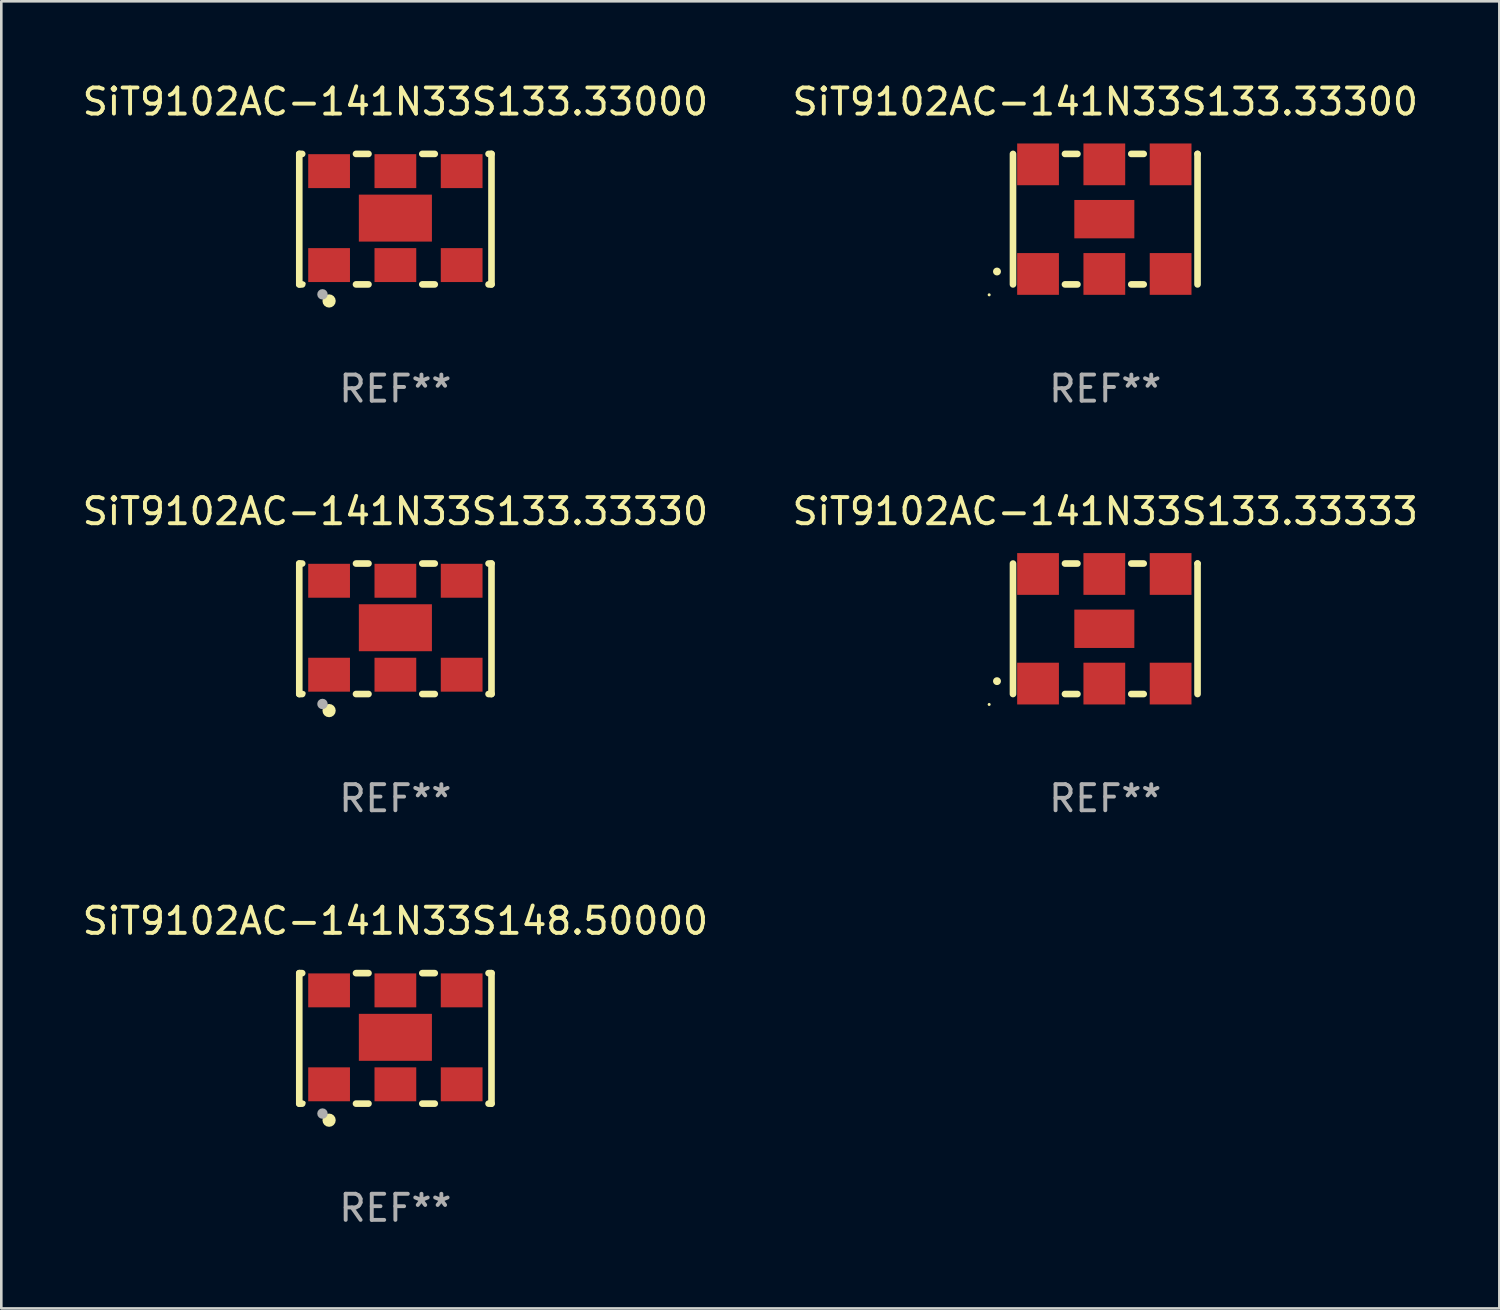
<source format=kicad_pcb>
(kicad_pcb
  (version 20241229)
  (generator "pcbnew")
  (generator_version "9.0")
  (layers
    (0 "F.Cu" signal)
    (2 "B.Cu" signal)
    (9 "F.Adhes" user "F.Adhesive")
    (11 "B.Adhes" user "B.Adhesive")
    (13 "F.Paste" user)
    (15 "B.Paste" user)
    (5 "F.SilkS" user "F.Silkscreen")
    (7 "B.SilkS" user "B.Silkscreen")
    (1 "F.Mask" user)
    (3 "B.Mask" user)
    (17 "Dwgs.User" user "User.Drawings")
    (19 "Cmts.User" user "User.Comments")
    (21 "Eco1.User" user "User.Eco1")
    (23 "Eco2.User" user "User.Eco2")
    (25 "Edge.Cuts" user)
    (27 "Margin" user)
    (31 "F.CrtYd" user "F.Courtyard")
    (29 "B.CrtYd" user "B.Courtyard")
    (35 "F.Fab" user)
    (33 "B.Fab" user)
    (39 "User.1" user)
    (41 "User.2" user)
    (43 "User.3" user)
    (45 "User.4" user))
  (footprint "SiT9102AC-141N33S133.33000"
    (layer "F.Cu")
    (at 12.101 5.348)
    (property "Reference" "SiT9102AC-141N33S133.33000" (at 0 -4.5 0) (layer "F.SilkS") (effects (font (size 1 1) (thickness 0.15))))
    (attr through_hole)
    (fp_line (start -3.683 -2.5) (end -3.571 -2.5) (stroke (width 0.254) (type solid)) (layer "F.SilkS"))
    (fp_line (start -3.683 2.5) (end -3.683 -2.5) (stroke (width 0.254) (type solid)) (layer "F.SilkS"))
    (fp_line (start -3.683 2.5) (end -3.571 2.5) (stroke (width 0.254) (type solid)) (layer "F.SilkS"))
    (fp_line (start -1.509 -2.5) (end -1.031 -2.5) (stroke (width 0.254) (type solid)) (layer "F.SilkS"))
    (fp_line (start -1.509 2.5) (end -1.031 2.5) (stroke (width 0.254) (type solid)) (layer "F.SilkS"))
    (fp_line (start 1.031 -2.5) (end 1.509 -2.5) (stroke (width 0.254) (type solid)) (layer "F.SilkS"))
    (fp_line (start 1.031 2.5) (end 1.509 2.5) (stroke (width 0.254) (type solid)) (layer "F.SilkS"))
    (fp_line (start 3.571 -2.5) (end 3.683 -2.5) (stroke (width 0.254) (type solid)) (layer "F.SilkS"))
    (fp_line (start 3.571 2.5) (end 3.683 2.5) (stroke (width 0.254) (type solid)) (layer "F.SilkS"))
    (fp_line (start 3.683 2.5) (end 3.683 -2.5) (stroke (width 0.254) (type solid)) (layer "F.SilkS"))
    (fp_circle (center -3.5 2.46) (end -3.47 2.46) (stroke (width 0.06) (type solid)) (fill no) (layer "F.SilkS"))
    (fp_circle (center -2.54 3.135) (end -2.413 3.135) (stroke (width 0.254) (type solid)) (fill no) (layer "F.SilkS"))
    (fp_circle (center -2.794 2.881) (end -2.694 2.881) (stroke (width 0.2) (type solid)) (fill no) (layer "F.Fab"))
    (fp_text user "REF**" (at 0 6.5 0) (layer "F.Fab") (effects (font (size 1 1) (thickness 0.15))))
    (pad "1" smd rect (at -2.54 1.76) (size 1.6 1.3) (layers "F.Cu" "F.Mask" "F.Paste"))
    (pad "2" smd rect (at 0 1.76) (size 1.6 1.3) (layers "F.Cu" "F.Mask" "F.Paste"))
    (pad "3" smd rect (at 2.54 1.76) (size 1.6 1.3) (layers "F.Cu" "F.Mask" "F.Paste"))
    (pad "4" smd rect (at 2.54 -1.84) (size 1.6 1.3) (layers "F.Cu" "F.Mask" "F.Paste"))
    (pad "5" smd rect (at 0 -1.84) (size 1.6 1.3) (layers "F.Cu" "F.Mask" "F.Paste"))
    (pad "6" smd rect (at -2.54 -1.84) (size 1.6 1.3) (layers "F.Cu" "F.Mask" "F.Paste"))
    (pad "7" smd rect (at 0 -0.04) (size 2.8 1.8) (layers "F.Cu" "F.Mask" "F.Paste")))
  (footprint "SiT9102AC-141N33S133.33330"
    (layer "F.Cu")
    (at 12.101 21.045)
    (property "Reference" "SiT9102AC-141N33S133.33330" (at 0 -4.5 0) (layer "F.SilkS") (effects (font (size 1 1) (thickness 0.15))))
    (attr through_hole)
    (fp_line (start -3.683 -2.5) (end -3.571 -2.5) (stroke (width 0.254) (type solid)) (layer "F.SilkS"))
    (fp_line (start -3.683 2.5) (end -3.683 -2.5) (stroke (width 0.254) (type solid)) (layer "F.SilkS"))
    (fp_line (start -3.683 2.5) (end -3.571 2.5) (stroke (width 0.254) (type solid)) (layer "F.SilkS"))
    (fp_line (start -1.509 -2.5) (end -1.031 -2.5) (stroke (width 0.254) (type solid)) (layer "F.SilkS"))
    (fp_line (start -1.509 2.5) (end -1.031 2.5) (stroke (width 0.254) (type solid)) (layer "F.SilkS"))
    (fp_line (start 1.031 -2.5) (end 1.509 -2.5) (stroke (width 0.254) (type solid)) (layer "F.SilkS"))
    (fp_line (start 1.031 2.5) (end 1.509 2.5) (stroke (width 0.254) (type solid)) (layer "F.SilkS"))
    (fp_line (start 3.571 -2.5) (end 3.683 -2.5) (stroke (width 0.254) (type solid)) (layer "F.SilkS"))
    (fp_line (start 3.571 2.5) (end 3.683 2.5) (stroke (width 0.254) (type solid)) (layer "F.SilkS"))
    (fp_line (start 3.683 2.5) (end 3.683 -2.5) (stroke (width 0.254) (type solid)) (layer "F.SilkS"))
    (fp_circle (center -3.5 2.46) (end -3.47 2.46) (stroke (width 0.06) (type solid)) (fill no) (layer "F.SilkS"))
    (fp_circle (center -2.54 3.135) (end -2.413 3.135) (stroke (width 0.254) (type solid)) (fill no) (layer "F.SilkS"))
    (fp_circle (center -2.794 2.881) (end -2.694 2.881) (stroke (width 0.2) (type solid)) (fill no) (layer "F.Fab"))
    (fp_text user "REF**" (at 0 6.5 0) (layer "F.Fab") (effects (font (size 1 1) (thickness 0.15))))
    (pad "1" smd rect (at -2.54 1.76) (size 1.6 1.3) (layers "F.Cu" "F.Mask" "F.Paste"))
    (pad "2" smd rect (at 0 1.76) (size 1.6 1.3) (layers "F.Cu" "F.Mask" "F.Paste"))
    (pad "3" smd rect (at 2.54 1.76) (size 1.6 1.3) (layers "F.Cu" "F.Mask" "F.Paste"))
    (pad "4" smd rect (at 2.54 -1.84) (size 1.6 1.3) (layers "F.Cu" "F.Mask" "F.Paste"))
    (pad "5" smd rect (at 0 -1.84) (size 1.6 1.3) (layers "F.Cu" "F.Mask" "F.Paste"))
    (pad "6" smd rect (at -2.54 -1.84) (size 1.6 1.3) (layers "F.Cu" "F.Mask" "F.Paste"))
    (pad "7" smd rect (at 0 -0.04) (size 2.8 1.8) (layers "F.Cu" "F.Mask" "F.Paste")))
  (footprint "SiT9102AC-141N33S148.50000"
    (layer "F.Cu")
    (at 12.101 36.741)
    (property "Reference" "SiT9102AC-141N33S148.50000" (at 0 -4.5 0) (layer "F.SilkS") (effects (font (size 1 1) (thickness 0.15))))
    (attr through_hole)
    (fp_line (start -3.683 -2.5) (end -3.571 -2.5) (stroke (width 0.254) (type solid)) (layer "F.SilkS"))
    (fp_line (start -3.683 2.5) (end -3.683 -2.5) (stroke (width 0.254) (type solid)) (layer "F.SilkS"))
    (fp_line (start -3.683 2.5) (end -3.571 2.5) (stroke (width 0.254) (type solid)) (layer "F.SilkS"))
    (fp_line (start -1.509 -2.5) (end -1.031 -2.5) (stroke (width 0.254) (type solid)) (layer "F.SilkS"))
    (fp_line (start -1.509 2.5) (end -1.031 2.5) (stroke (width 0.254) (type solid)) (layer "F.SilkS"))
    (fp_line (start 1.031 -2.5) (end 1.509 -2.5) (stroke (width 0.254) (type solid)) (layer "F.SilkS"))
    (fp_line (start 1.031 2.5) (end 1.509 2.5) (stroke (width 0.254) (type solid)) (layer "F.SilkS"))
    (fp_line (start 3.571 -2.5) (end 3.683 -2.5) (stroke (width 0.254) (type solid)) (layer "F.SilkS"))
    (fp_line (start 3.571 2.5) (end 3.683 2.5) (stroke (width 0.254) (type solid)) (layer "F.SilkS"))
    (fp_line (start 3.683 2.5) (end 3.683 -2.5) (stroke (width 0.254) (type solid)) (layer "F.SilkS"))
    (fp_circle (center -3.5 2.46) (end -3.47 2.46) (stroke (width 0.06) (type solid)) (fill no) (layer "F.SilkS"))
    (fp_circle (center -2.54 3.135) (end -2.413 3.135) (stroke (width 0.254) (type solid)) (fill no) (layer "F.SilkS"))
    (fp_circle (center -2.794 2.881) (end -2.694 2.881) (stroke (width 0.2) (type solid)) (fill no) (layer "F.Fab"))
    (fp_text user "REF**" (at 0 6.5 0) (layer "F.Fab") (effects (font (size 1 1) (thickness 0.15))))
    (pad "1" smd rect (at -2.54 1.76) (size 1.6 1.3) (layers "F.Cu" "F.Mask" "F.Paste"))
    (pad "2" smd rect (at 0 1.76) (size 1.6 1.3) (layers "F.Cu" "F.Mask" "F.Paste"))
    (pad "3" smd rect (at 2.54 1.76) (size 1.6 1.3) (layers "F.Cu" "F.Mask" "F.Paste"))
    (pad "4" smd rect (at 2.54 -1.84) (size 1.6 1.3) (layers "F.Cu" "F.Mask" "F.Paste"))
    (pad "5" smd rect (at 0 -1.84) (size 1.6 1.3) (layers "F.Cu" "F.Mask" "F.Paste"))
    (pad "6" smd rect (at -2.54 -1.84) (size 1.6 1.3) (layers "F.Cu" "F.Mask" "F.Paste"))
    (pad "7" smd rect (at 0 -0.04) (size 2.8 1.8) (layers "F.Cu" "F.Mask" "F.Paste")))
  (footprint "SiT9102AC-141N33S133.33333"
    (layer "F.Cu")
    (at 39.304 21.045)
    (property "Reference" "SiT9102AC-141N33S133.33333" (at 0 -4.5 0) (layer "F.SilkS") (effects (font (size 1 1) (thickness 0.15))))
    (attr through_hole)
    (fp_line (start -3.536 -2.5) (end -3.536 2.5) (stroke (width 0.254) (type solid)) (layer "F.SilkS"))
    (fp_line (start -1.544 2.5) (end -1.067 2.5) (stroke (width 0.254) (type solid)) (layer "F.SilkS"))
    (fp_line (start -1.067 -2.5) (end -1.544 -2.5) (stroke (width 0.254) (type solid)) (layer "F.SilkS"))
    (fp_line (start 0.996 2.5) (end 1.473 2.5) (stroke (width 0.254) (type solid)) (layer "F.SilkS"))
    (fp_line (start 1.473 -2.5) (end 0.996 -2.5) (stroke (width 0.254) (type solid)) (layer "F.SilkS"))
    (fp_line (start 3.536 -2.5) (end 3.536 -2.5) (stroke (width 0.254) (type solid)) (layer "F.SilkS"))
    (fp_line (start 3.536 2.5) (end 3.536 -2.5) (stroke (width 0.254) (type solid)) (layer "F.SilkS"))
    (fp_arc (start -4.150432 2.006604) (mid -4.149162 2.006599) (end -4.147892 2.006604) (stroke (width 0.3) (type solid)) (layer "F.SilkS"))
    (fp_circle (center -4.449 2.9) (end -4.419 2.9) (stroke (width 0.06) (type solid)) (fill no) (layer "F.SilkS"))
    (fp_text user "REF**" (at 0 6.5 0) (layer "F.Fab") (effects (font (size 1 1) (thickness 0.15))))
    (pad "1" smd rect (at -2.576 2.1) (size 1.6 1.6) (layers "F.Cu" "F.Mask" "F.Paste"))
    (pad "2" smd rect (at -0.036 2.1) (size 1.6 1.6) (layers "F.Cu" "F.Mask" "F.Paste"))
    (pad "3" smd rect (at 2.504 2.1) (size 1.6 1.6) (layers "F.Cu" "F.Mask" "F.Paste"))
    (pad "4" smd rect (at 2.504 -2.1) (size 1.6 1.6) (layers "F.Cu" "F.Mask" "F.Paste"))
    (pad "5" smd rect (at -0.036 -2.1) (size 1.6 1.6) (layers "F.Cu" "F.Mask" "F.Paste"))
    (pad "6" smd rect (at -2.576 -2.1) (size 1.6 1.6) (layers "F.Cu" "F.Mask" "F.Paste"))
    (pad "7" smd rect (at -0.036 0) (size 2.3 1.47) (layers "F.Cu" "F.Mask" "F.Paste")))
  (footprint "SiT9102AC-141N33S133.33300"
    (layer "F.Cu")
    (at 39.304 5.348)
    (property "Reference" "SiT9102AC-141N33S133.33300" (at 0 -4.5 0) (layer "F.SilkS") (effects (font (size 1 1) (thickness 0.15))))
    (attr through_hole)
    (fp_line (start -3.536 -2.5) (end -3.536 2.5) (stroke (width 0.254) (type solid)) (layer "F.SilkS"))
    (fp_line (start -1.544 2.5) (end -1.067 2.5) (stroke (width 0.254) (type solid)) (layer "F.SilkS"))
    (fp_line (start -1.067 -2.5) (end -1.544 -2.5) (stroke (width 0.254) (type solid)) (layer "F.SilkS"))
    (fp_line (start 0.996 2.5) (end 1.473 2.5) (stroke (width 0.254) (type solid)) (layer "F.SilkS"))
    (fp_line (start 1.473 -2.5) (end 0.996 -2.5) (stroke (width 0.254) (type solid)) (layer "F.SilkS"))
    (fp_line (start 3.536 -2.5) (end 3.536 -2.5) (stroke (width 0.254) (type solid)) (layer "F.SilkS"))
    (fp_line (start 3.536 2.5) (end 3.536 -2.5) (stroke (width 0.254) (type solid)) (layer "F.SilkS"))
    (fp_arc (start -4.150432 2.006604) (mid -4.149162 2.006599) (end -4.147892 2.006604) (stroke (width 0.3) (type solid)) (layer "F.SilkS"))
    (fp_circle (center -4.449 2.9) (end -4.419 2.9) (stroke (width 0.06) (type solid)) (fill no) (layer "F.SilkS"))
    (fp_text user "REF**" (at 0 6.5 0) (layer "F.Fab") (effects (font (size 1 1) (thickness 0.15))))
    (pad "1" smd rect (at -2.576 2.1) (size 1.6 1.6) (layers "F.Cu" "F.Mask" "F.Paste"))
    (pad "2" smd rect (at -0.036 2.1) (size 1.6 1.6) (layers "F.Cu" "F.Mask" "F.Paste"))
    (pad "3" smd rect (at 2.504 2.1) (size 1.6 1.6) (layers "F.Cu" "F.Mask" "F.Paste"))
    (pad "4" smd rect (at 2.504 -2.1) (size 1.6 1.6) (layers "F.Cu" "F.Mask" "F.Paste"))
    (pad "5" smd rect (at -0.036 -2.1) (size 1.6 1.6) (layers "F.Cu" "F.Mask" "F.Paste"))
    (pad "6" smd rect (at -2.576 -2.1) (size 1.6 1.6) (layers "F.Cu" "F.Mask" "F.Paste"))
    (pad "7" smd rect (at -0.036 0) (size 2.3 1.47) (layers "F.Cu" "F.Mask" "F.Paste")))
  (gr_rect
    (start -3 -3)
    (end 54.405 47.09)
    (stroke (width 0.1) (type default))
    (fill no)
    (layer "Edge.Cuts")))
</source>
